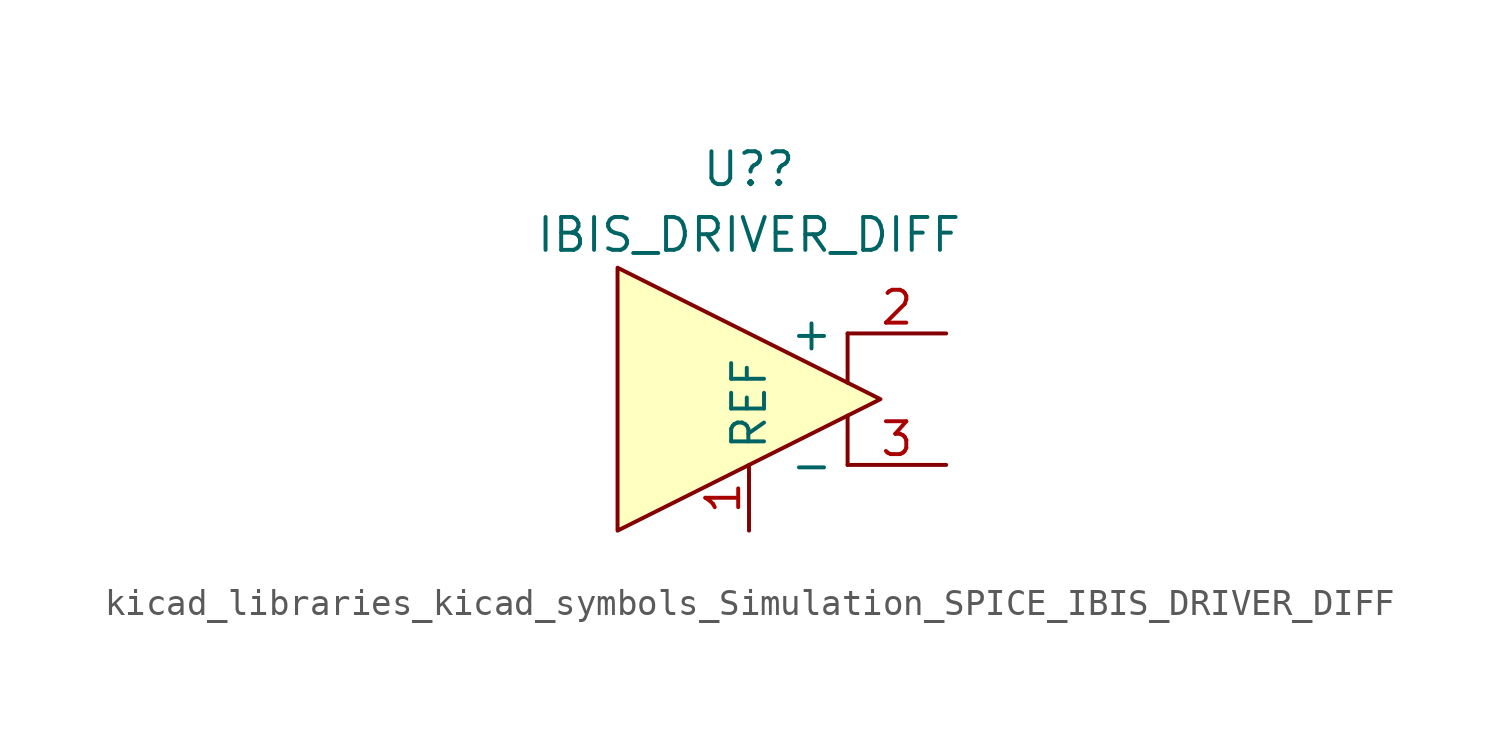
<source format=kicad_sym>
(kicad_symbol_lib
  (version 20220914)
  (generator kicad_symbol_editor)
  (symbol "kicad_libraries_kicad_symbols_Simulation_SPICE_IBIS_DRIVER_DIFF"
    (property "Reference" "U?"
      (at 0 8.89 0)
      (effects (font (size 1.27 1.27))))
    (property "Value" "IBIS_DRIVER_DIFF"
      (at 0 6.35 0)
      (effects (font (size 1.27 1.27))))
    (symbol "kicad_libraries_kicad_symbols_Simulation_SPICE_IBIS_DRIVER_DIFF_0_1"
      (polyline (pts (xy 3.81 -2.54) (xy 3.81 -0.635)) (stroke (width 0) (type default)) (fill (type none)))
      (polyline (pts (xy 3.81 2.54) (xy 3.81 0.635)) (stroke (width 0) (type default)) (fill (type none)))
      (polyline (pts (xy 5.08 0) (xy -5.08 5.08) (xy -5.08 -5.08) (xy 5.08 0)) (stroke (width 0) (type default)) (fill (type background))))
    (symbol "kicad_libraries_kicad_symbols_Simulation_SPICE_IBIS_DRIVER_DIFF_1_1"
      (pin power_in line (at 0 -5.08 90) (length 2.54) (name "REF" (effects (font (size 1.27 1.27)))) (number "1" (effects (font (size 1.27 1.27)))))
      (pin bidirectional line (at 7.62 2.54 180) (length 3.81) (name "+" (effects (font (size 1.27 1.27)))) (number "2" (effects (font (size 1.27 1.27)))))
      (pin bidirectional line (at 7.62 -2.54 180) (length 3.81) (name "-" (effects (font (size 1.27 1.27)))) (number "3" (effects (font (size 1.27 1.27))))))))
</source>
